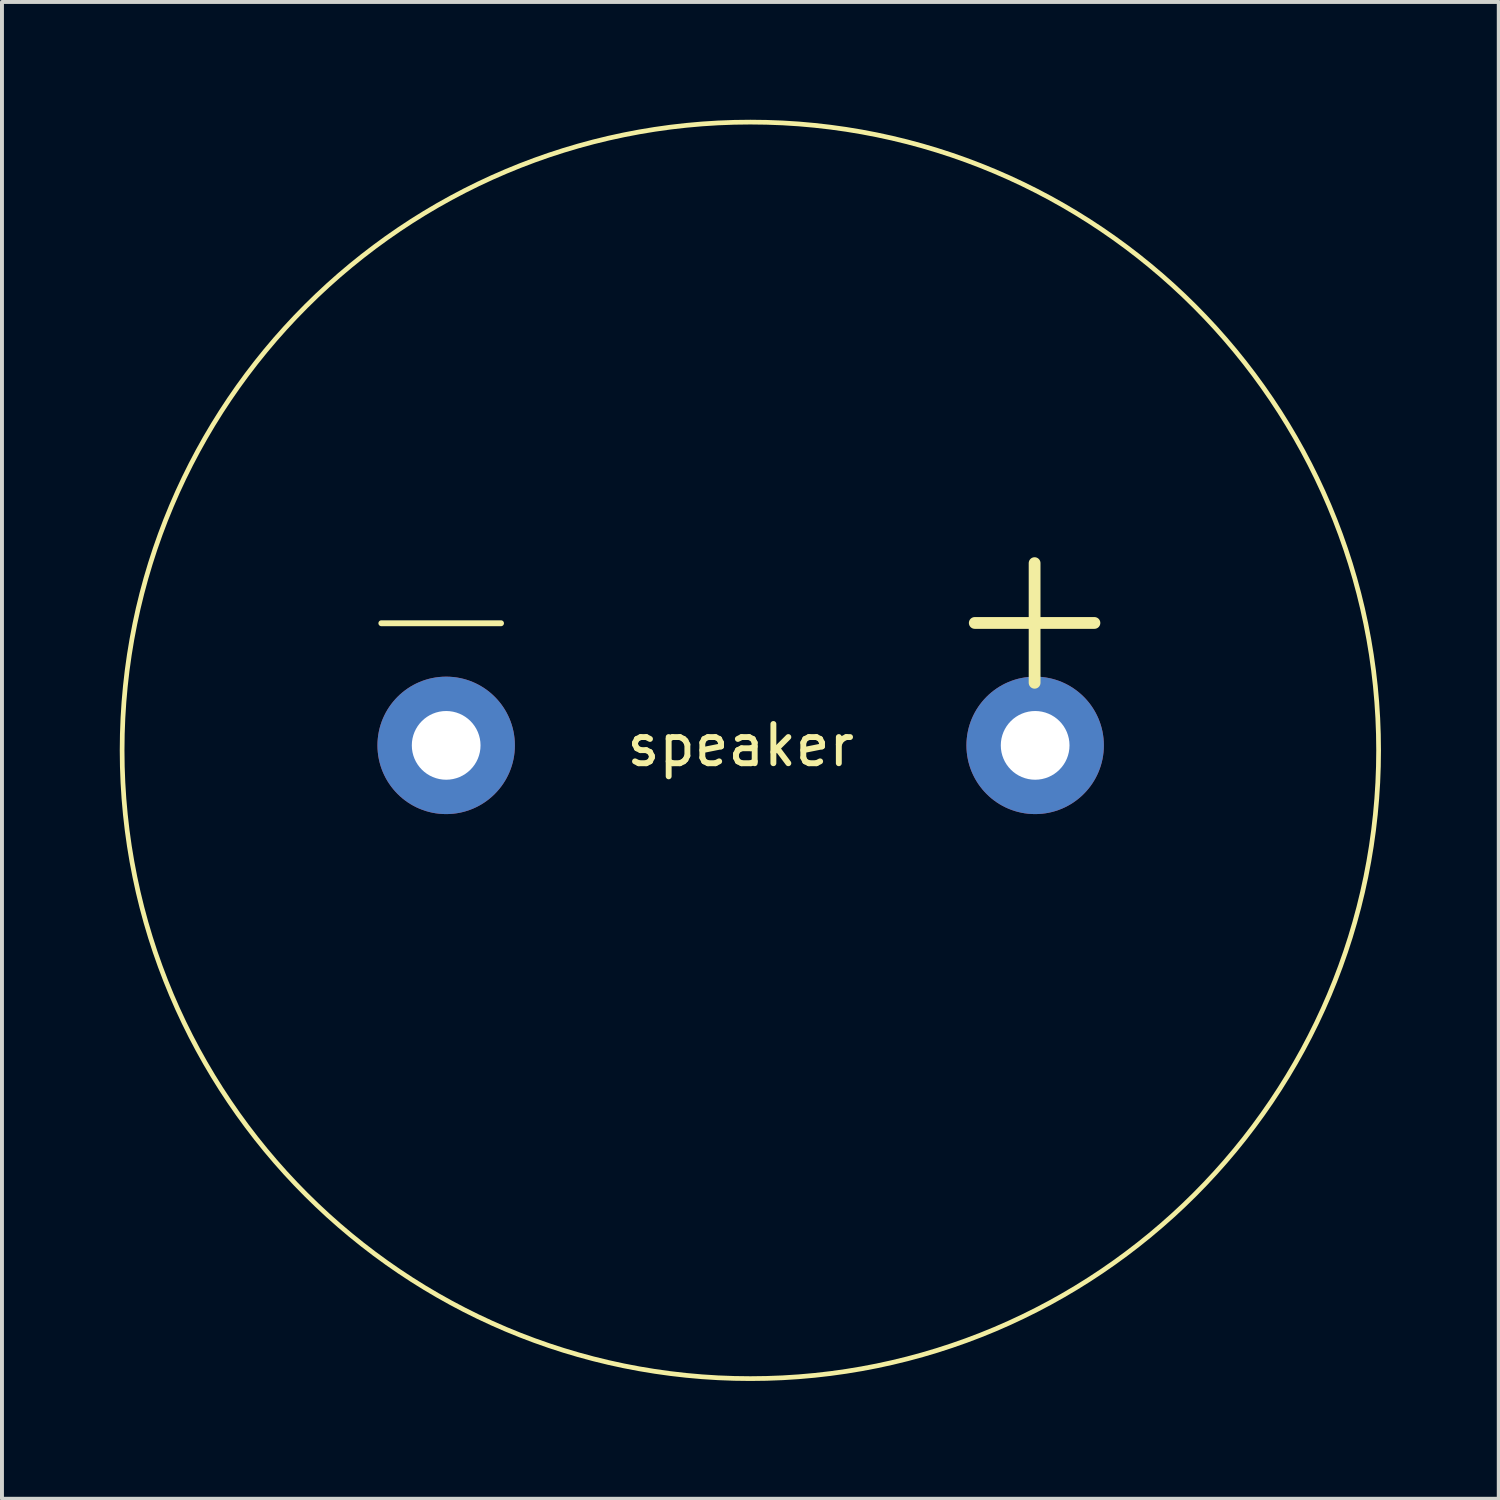
<source format=kicad_pcb>
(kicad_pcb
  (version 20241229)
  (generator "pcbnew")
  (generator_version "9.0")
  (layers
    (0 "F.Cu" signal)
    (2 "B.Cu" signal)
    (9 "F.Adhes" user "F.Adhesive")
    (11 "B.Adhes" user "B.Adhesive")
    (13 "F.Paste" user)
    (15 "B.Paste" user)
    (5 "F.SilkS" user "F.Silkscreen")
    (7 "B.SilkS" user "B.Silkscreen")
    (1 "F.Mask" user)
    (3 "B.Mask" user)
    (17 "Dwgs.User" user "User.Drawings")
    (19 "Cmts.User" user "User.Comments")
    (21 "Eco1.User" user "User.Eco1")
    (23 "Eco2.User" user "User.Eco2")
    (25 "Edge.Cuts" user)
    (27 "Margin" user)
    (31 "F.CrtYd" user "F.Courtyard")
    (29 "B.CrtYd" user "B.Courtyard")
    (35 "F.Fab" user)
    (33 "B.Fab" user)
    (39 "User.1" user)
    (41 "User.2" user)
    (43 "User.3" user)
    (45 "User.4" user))
  (footprint "speaker"
    (layer "F.Cu")
    (at 8.313 15.933)
    (property "Reference" "speaker" (at 7.5 0 0) (layer "F.SilkS") (effects (font (size 1 1) (thickness 0.15))))
    (attr through_hole)
    (fp_circle (center 7.747 0.127) (end 23.747 0.127) (stroke (width 0.12) (type solid)) (fill no) (layer "F.SilkS"))
    (fp_text user "-" (at -0.127 -3.429 0) (layer "F.SilkS") (effects (font (size 4 4) (thickness 0.15))))
    (fp_text user "+" (at 14.986 -3.429 0) (layer "F.SilkS") (effects (font (size 4 4) (thickness 0.3))))
    (pad "1" thru_hole circle (at 0 0) (size 3.5 3.5) (drill 1.75) (layers "*.Cu" "*.Mask"))
    (pad "2" thru_hole circle (at 15 0) (size 3.5 3.5) (drill 1.75) (layers "*.Cu" "*.Mask")))
  (gr_rect
    (start -3 -3)
    (end 35.12 35.12)
    (stroke (width 0.1) (type default))
    (fill no)
    (layer "Edge.Cuts")))
</source>
